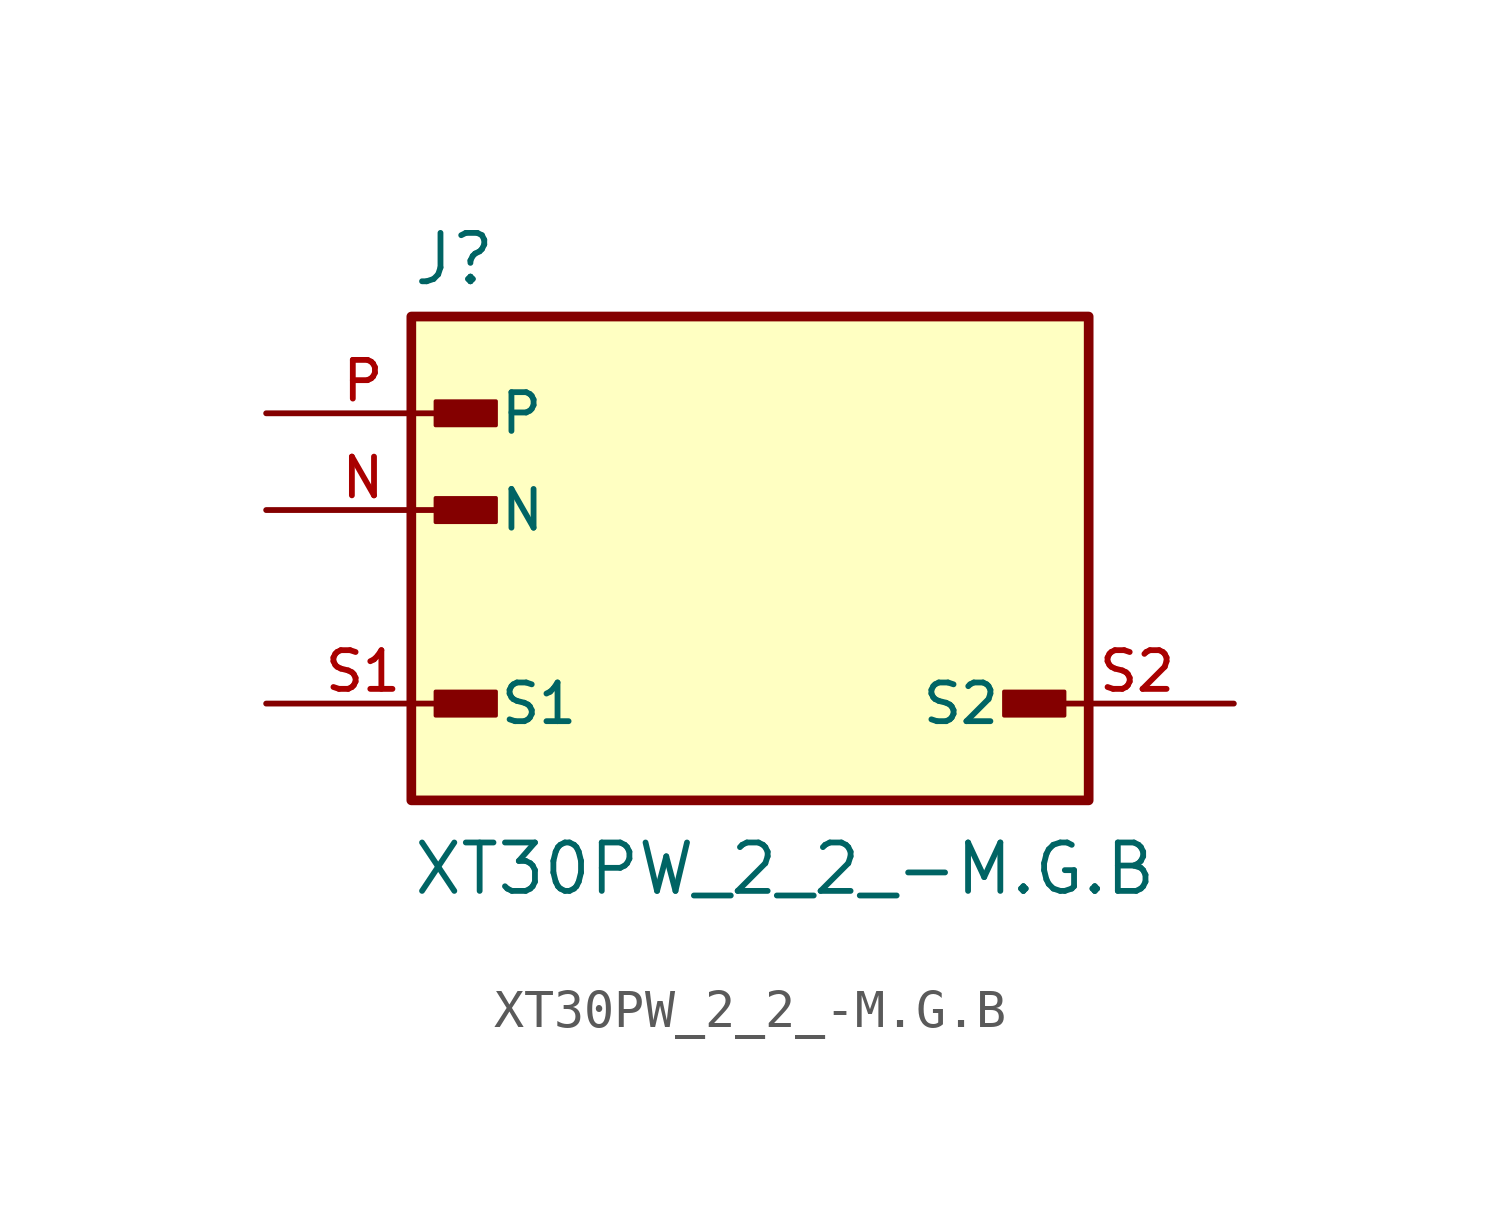
<source format=kicad_sym>
(kicad_symbol_lib
  (version 20211014)
  (generator kicad_symbol_editor)
  (symbol "XT30PW_2_2_-M.G.B"
    (pin_names
      (offset 1.016))
    (property "Reference" "J"
      (at -8.89 5.842 0)
      (effects (font (size 1.27 1.27)) (justify bottom left)))
    (property "Value" "XT30PW_2_2_-M.G.B"
      (at -8.89 -10.16 0)
      (effects (font (size 1.27 1.27)) (justify bottom left)))
    (symbol "XT30PW_2_2_-M.G.B_0_0"
      (rectangle (start -8.255 2.223) (end -6.668 2.857) (stroke (width 0.1)) (fill (type outline)))
      (rectangle (start -8.255 -0.318) (end -6.668 0.318) (stroke (width 0.1)) (fill (type outline)))
      (rectangle (start -8.255 -5.397) (end -6.668 -4.763) (stroke (width 0.1)) (fill (type outline)))
      (rectangle (start 6.668 -5.397) (end 8.255 -4.763) (stroke (width 0.1)) (fill (type outline)))
      (rectangle (start -8.89 -7.62) (end 8.89 5.08) (stroke (width 0.254)) (fill (type background)))
      (pin power_in line (at -12.7 2.54 0) (length 5.08) (name "P" (effects (font (size 1.016 1.016)))) (number "P" (effects (font (size 1.016 1.016)))))
      (pin power_in line (at -12.7 0.0 0) (length 5.08) (name "N" (effects (font (size 1.016 1.016)))) (number "N" (effects (font (size 1.016 1.016)))))
      (pin passive line (at -12.7 -5.08 0) (length 5.08) (name "S1" (effects (font (size 1.016 1.016)))) (number "S1" (effects (font (size 1.016 1.016)))))
      (pin passive line (at 12.7 -5.08 180.0) (length 5.08) (name "S2" (effects (font (size 1.016 1.016)))) (number "S2" (effects (font (size 1.016 1.016))))))))
</source>
